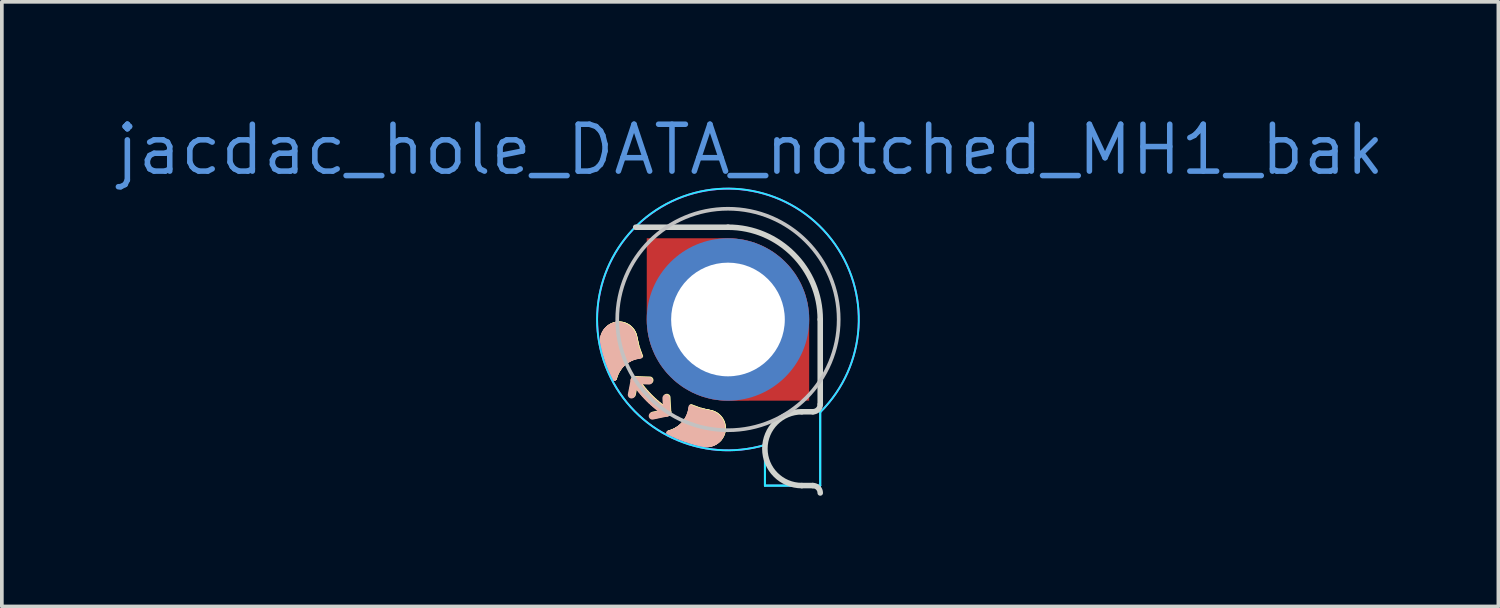
<source format=kicad_pcb>
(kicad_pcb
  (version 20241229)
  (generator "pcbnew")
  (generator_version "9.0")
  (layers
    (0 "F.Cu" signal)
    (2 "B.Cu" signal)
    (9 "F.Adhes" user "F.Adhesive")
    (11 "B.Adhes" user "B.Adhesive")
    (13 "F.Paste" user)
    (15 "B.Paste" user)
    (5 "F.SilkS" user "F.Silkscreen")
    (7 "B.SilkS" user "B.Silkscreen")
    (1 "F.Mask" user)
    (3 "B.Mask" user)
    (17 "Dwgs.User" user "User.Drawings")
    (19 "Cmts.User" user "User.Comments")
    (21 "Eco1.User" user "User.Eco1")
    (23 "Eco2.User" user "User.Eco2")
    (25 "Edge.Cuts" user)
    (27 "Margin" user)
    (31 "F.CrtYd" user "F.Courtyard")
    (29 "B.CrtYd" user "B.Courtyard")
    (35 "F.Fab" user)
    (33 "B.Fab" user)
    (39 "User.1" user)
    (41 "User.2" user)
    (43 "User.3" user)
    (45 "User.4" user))
  (footprint "jacdac_hole_DATA_notched_MH1_bak"
    (layer "F.Cu")
    (at 16.673 5.606)
    (property "Reference" "jacdac_hole_DATA_notched_MH1_bak" (at 0.6 -4.6 0) (layer "Cmts.User") (effects (font (size 1.27 1.27) (thickness 0.15))))
    (attr through_hole)
    (fp_poly (pts (arc (start 2.5 0) (mid 1.767767 -1.767767) (end 0 -2.5)) (xy -2.5 -2.5) (arc (start -2.5 0) (mid -1.767767 1.767767) (end 0 2.5)) (xy 2.5 2.5)) (stroke (width 0) (type solid)) (fill yes) (layer "F.Mask"))
    (fp_circle (center 0 0) (end 2.5 0) (stroke (width 0) (type solid)) (fill yes) (layer "B.Mask"))
    (fp_line (start -3.399 0.554) (end -3.399 0.576) (stroke (width 0.1) (type solid)) (layer "F.SilkS"))
    (fp_line (start -3.399 0.532) (end -3.399 0.554) (stroke (width 0.1) (type solid)) (layer "F.SilkS"))
    (fp_line (start -3.399 0.576) (end -3.397 0.599) (stroke (width 0.1) (type solid)) (layer "F.SilkS"))
    (fp_line (start -3.397 0.51) (end -3.399 0.532) (stroke (width 0.1) (type solid)) (layer "F.SilkS"))
    (fp_line (start -3.397 0.599) (end -3.394 0.622) (stroke (width 0.1) (type solid)) (layer "F.SilkS"))
    (fp_line (start -3.394 0.488) (end -3.397 0.51) (stroke (width 0.1) (type solid)) (layer "F.SilkS"))
    (fp_line (start -3.394 0.622) (end -3.368 0.749) (stroke (width 0.1) (type solid)) (layer "F.SilkS"))
    (fp_line (start -3.394 0.622) (end -3.39 0.644) (stroke (width 0.1) (type solid)) (layer "F.SilkS"))
    (fp_line (start -3.391 0.466) (end -3.394 0.488) (stroke (width 0.1) (type solid)) (layer "F.SilkS"))
    (fp_line (start -3.386 0.445) (end -3.391 0.466) (stroke (width 0.1) (type solid)) (layer "F.SilkS"))
    (fp_line (start -3.38 0.424) (end -3.386 0.445) (stroke (width 0.1) (type solid)) (layer "F.SilkS"))
    (fp_line (start -3.373 0.404) (end -3.38 0.424) (stroke (width 0.1) (type solid)) (layer "F.SilkS"))
    (fp_line (start -3.368 0.749) (end -3.338 0.875) (stroke (width 0.1) (type solid)) (layer "F.SilkS"))
    (fp_line (start -3.366 0.383) (end -3.373 0.404) (stroke (width 0.1) (type solid)) (layer "F.SilkS"))
    (fp_line (start -3.357 0.364) (end -3.366 0.383) (stroke (width 0.1) (type solid)) (layer "F.SilkS"))
    (fp_line (start -3.348 0.344) (end -3.357 0.364) (stroke (width 0.1) (type solid)) (layer "F.SilkS"))
    (fp_line (start -3.338 0.875) (end -3.302 0.999) (stroke (width 0.1) (type solid)) (layer "F.SilkS"))
    (fp_line (start -3.337 0.326) (end -3.348 0.344) (stroke (width 0.1) (type solid)) (layer "F.SilkS"))
    (fp_line (start -3.326 0.307) (end -3.337 0.326) (stroke (width 0.1) (type solid)) (layer "F.SilkS"))
    (fp_line (start -3.314 0.29) (end -3.326 0.307) (stroke (width 0.1) (type solid)) (layer "F.SilkS"))
    (fp_line (start -3.302 0.999) (end -3.263 1.122) (stroke (width 0.1) (type solid)) (layer "F.SilkS"))
    (fp_line (start -3.3 0.272) (end -3.314 0.29) (stroke (width 0.1) (type solid)) (layer "F.SilkS"))
    (fp_line (start -3.287 0.256) (end -3.3 0.272) (stroke (width 0.1) (type solid)) (layer "F.SilkS"))
    (fp_line (start -3.272 0.24) (end -3.287 0.256) (stroke (width 0.1) (type solid)) (layer "F.SilkS"))
    (fp_line (start -3.263 1.122) (end -3.218 1.244) (stroke (width 0.1) (type solid)) (layer "F.SilkS"))
    (fp_line (start -3.257 0.225) (end -3.272 0.24) (stroke (width 0.1) (type solid)) (layer "F.SilkS"))
    (fp_line (start -3.24 0.211) (end -3.257 0.225) (stroke (width 0.1) (type solid)) (layer "F.SilkS"))
    (fp_line (start -3.224 0.197) (end -3.24 0.211) (stroke (width 0.1) (type solid)) (layer "F.SilkS"))
    (fp_line (start -3.218 1.244) (end -3.169 1.363) (stroke (width 0.1) (type solid)) (layer "F.SilkS"))
    (fp_line (start -3.206 0.184) (end -3.224 0.197) (stroke (width 0.1) (type solid)) (layer "F.SilkS"))
    (fp_line (start -3.188 0.172) (end -3.206 0.184) (stroke (width 0.1) (type solid)) (layer "F.SilkS"))
    (fp_line (start -3.169 1.363) (end -3.116 1.481) (stroke (width 0.1) (type solid)) (layer "F.SilkS"))
    (fp_line (start -3.169 0.161) (end -3.188 0.172) (stroke (width 0.1) (type solid)) (layer "F.SilkS"))
    (fp_line (start -3.149 0.15) (end -3.169 0.161) (stroke (width 0.1) (type solid)) (layer "F.SilkS"))
    (fp_line (start -3.129 0.141) (end -3.149 0.15) (stroke (width 0.1) (type solid)) (layer "F.SilkS"))
    (fp_line (start -3.116 1.481) (end -3.058 1.597) (stroke (width 0.1) (type solid)) (layer "F.SilkS"))
    (fp_line (start -3.108 0.133) (end -3.129 0.141) (stroke (width 0.1) (type solid)) (layer "F.SilkS"))
    (fp_line (start -3.087 0.125) (end -3.108 0.133) (stroke (width 0.1) (type solid)) (layer "F.SilkS"))
    (fp_line (start -3.069 1.236) (end -3.069 1.261) (stroke (width 0.33) (type solid)) (layer "F.SilkS"))
    (fp_line (start -3.069 1.261) (end -3.066 1.286) (stroke (width 0.33) (type solid)) (layer "F.SilkS"))
    (fp_line (start -3.069 1.211) (end -3.069 1.236) (stroke (width 0.33) (type solid)) (layer "F.SilkS"))
    (fp_line (start -3.066 1.286) (end -3.062 1.311) (stroke (width 0.33) (type solid)) (layer "F.SilkS"))
    (fp_line (start -3.066 1.186) (end -3.069 1.211) (stroke (width 0.33) (type solid)) (layer "F.SilkS"))
    (fp_line (start -3.065 0.119) (end -3.087 0.125) (stroke (width 0.1) (type solid)) (layer "F.SilkS"))
    (fp_line (start -3.062 1.161) (end -3.066 1.186) (stroke (width 0.33) (type solid)) (layer "F.SilkS"))
    (fp_line (start -3.058 1.597) (end -3.058 1.597) (stroke (width 0.1) (type solid)) (layer "F.SilkS"))
    (fp_line (start -3.058 1.597) (end -3.049 1.566) (stroke (width 0.1) (type solid)) (layer "F.SilkS"))
    (fp_line (start -3.056 1.137) (end -3.062 1.161) (stroke (width 0.33) (type solid)) (layer "F.SilkS"))
    (fp_line (start -3.049 1.566) (end -3.04 1.536) (stroke (width 0.1) (type solid)) (layer "F.SilkS"))
    (fp_line (start -3.048 1.114) (end -3.056 1.137) (stroke (width 0.33) (type solid)) (layer "F.SilkS"))
    (fp_line (start -3.043 0.113) (end -3.065 0.119) (stroke (width 0.1) (type solid)) (layer "F.SilkS"))
    (fp_line (start -3.043 0.113) (end -3.043 0.113) (stroke (width 0.1) (type solid)) (layer "F.SilkS"))
    (fp_line (start -3.04 1.536) (end -3.029 1.506) (stroke (width 0.1) (type solid)) (layer "F.SilkS"))
    (fp_line (start -3.039 1.09) (end -3.048 1.114) (stroke (width 0.33) (type solid)) (layer "F.SilkS"))
    (fp_line (start -3.029 1.506) (end -3.017 1.477) (stroke (width 0.1) (type solid)) (layer "F.SilkS"))
    (fp_line (start -3.029 1.068) (end -3.039 1.09) (stroke (width 0.33) (type solid)) (layer "F.SilkS"))
    (fp_line (start -3.02 0.109) (end -3.043 0.113) (stroke (width 0.1) (type solid)) (layer "F.SilkS"))
    (fp_line (start -3.017 1.477) (end -3.005 1.448) (stroke (width 0.1) (type solid)) (layer "F.SilkS"))
    (fp_line (start -3.017 1.046) (end -3.029 1.068) (stroke (width 0.33) (type solid)) (layer "F.SilkS"))
    (fp_line (start -3.005 1.448) (end -2.991 1.42) (stroke (width 0.1) (type solid)) (layer "F.SilkS"))
    (fp_line (start -3.003 1.025) (end -3.017 1.046) (stroke (width 0.33) (type solid)) (layer "F.SilkS"))
    (fp_line (start -2.997 0.106) (end -3.02 0.109) (stroke (width 0.1) (type solid)) (layer "F.SilkS"))
    (fp_line (start -2.991 1.42) (end -2.976 1.393) (stroke (width 0.1) (type solid)) (layer "F.SilkS"))
    (fp_line (start -2.988 1.005) (end -3.003 1.025) (stroke (width 0.33) (type solid)) (layer "F.SilkS"))
    (fp_line (start -2.976 1.393) (end -2.96 1.367) (stroke (width 0.1) (type solid)) (layer "F.SilkS"))
    (fp_line (start -2.975 0.104) (end -2.997 0.106) (stroke (width 0.1) (type solid)) (layer "F.SilkS"))
    (fp_line (start -2.971 0.986) (end -2.988 1.005) (stroke (width 0.33) (type solid)) (layer "F.SilkS"))
    (fp_line (start -2.96 1.367) (end -2.943 1.341) (stroke (width 0.1) (type solid)) (layer "F.SilkS"))
    (fp_line (start -2.954 0.968) (end -2.971 0.986) (stroke (width 0.33) (type solid)) (layer "F.SilkS"))
    (fp_line (start -2.952 0.104) (end -2.975 0.104) (stroke (width 0.1) (type solid)) (layer "F.SilkS"))
    (fp_line (start -2.947 0.566) (end -2.94 0.603) (stroke (width 1) (type solid)) (layer "F.SilkS"))
    (fp_line (start -2.943 1.341) (end -2.925 1.316) (stroke (width 0.1) (type solid)) (layer "F.SilkS"))
    (fp_line (start -2.94 0.603) (end -2.932 0.639) (stroke (width 1) (type solid)) (layer "F.SilkS"))
    (fp_line (start -2.934 0.951) (end -2.954 0.968) (stroke (width 0.33) (type solid)) (layer "F.SilkS"))
    (fp_line (start -2.934 0.951) (end -2.934 0.951) (stroke (width 0.33) (type solid)) (layer "F.SilkS"))
    (fp_line (start -2.932 0.639) (end -2.924 0.675) (stroke (width 1) (type solid)) (layer "F.SilkS"))
    (fp_line (start -2.93 0.104) (end -2.952 0.104) (stroke (width 0.1) (type solid)) (layer "F.SilkS"))
    (fp_line (start -2.925 1.316) (end -2.907 1.291) (stroke (width 0.1) (type solid)) (layer "F.SilkS"))
    (fp_line (start -2.924 0.675) (end -2.915 0.711) (stroke (width 1) (type solid)) (layer "F.SilkS"))
    (fp_line (start -2.914 0.936) (end -2.934 0.951) (stroke (width 0.33) (type solid)) (layer "F.SilkS"))
    (fp_line (start -2.908 0.105) (end -2.93 0.104) (stroke (width 0.1) (type solid)) (layer "F.SilkS"))
    (fp_line (start -2.907 1.291) (end -2.887 1.268) (stroke (width 0.1) (type solid)) (layer "F.SilkS"))
    (fp_line (start -2.893 0.922) (end -2.914 0.936) (stroke (width 0.33) (type solid)) (layer "F.SilkS"))
    (fp_line (start -2.887 1.268) (end -2.866 1.245) (stroke (width 0.1) (type solid)) (layer "F.SilkS"))
    (fp_line (start -2.886 0.108) (end -2.908 0.105) (stroke (width 0.1) (type solid)) (layer "F.SilkS"))
    (fp_line (start -2.871 0.909) (end -2.893 0.922) (stroke (width 0.33) (type solid)) (layer "F.SilkS"))
    (fp_line (start -2.866 1.245) (end -2.845 1.223) (stroke (width 0.1) (type solid)) (layer "F.SilkS"))
    (fp_line (start -2.865 0.111) (end -2.886 0.108) (stroke (width 0.1) (type solid)) (layer "F.SilkS"))
    (fp_line (start -2.848 0.898) (end -2.871 0.909) (stroke (width 0.33) (type solid)) (layer "F.SilkS"))
    (fp_line (start -2.845 1.223) (end -2.823 1.202) (stroke (width 0.1) (type solid)) (layer "F.SilkS"))
    (fp_line (start -2.843 0.116) (end -2.865 0.111) (stroke (width 0.1) (type solid)) (layer "F.SilkS"))
    (fp_line (start -2.825 0.889) (end -2.848 0.898) (stroke (width 0.33) (type solid)) (layer "F.SilkS"))
    (fp_line (start -2.823 1.202) (end -2.8 1.181) (stroke (width 0.1) (type solid)) (layer "F.SilkS"))
    (fp_line (start -2.822 0.122) (end -2.843 0.116) (stroke (width 0.1) (type solid)) (layer "F.SilkS"))
    (fp_line (start -2.802 0.128) (end -2.822 0.122) (stroke (width 0.1) (type solid)) (layer "F.SilkS"))
    (fp_line (start -2.802 0.881) (end -2.825 0.889) (stroke (width 0.33) (type solid)) (layer "F.SilkS"))
    (fp_line (start -2.8 1.181) (end -2.776 1.162) (stroke (width 0.1) (type solid)) (layer "F.SilkS"))
    (fp_line (start -2.782 0.136) (end -2.802 0.128) (stroke (width 0.1) (type solid)) (layer "F.SilkS"))
    (fp_line (start -2.777 0.875) (end -2.802 0.881) (stroke (width 0.33) (type solid)) (layer "F.SilkS"))
    (fp_line (start -2.776 1.162) (end -2.752 1.144) (stroke (width 0.1) (type solid)) (layer "F.SilkS"))
    (fp_line (start -2.762 0.144) (end -2.782 0.136) (stroke (width 0.1) (type solid)) (layer "F.SilkS"))
    (fp_line (start -2.753 0.871) (end -2.777 0.875) (stroke (width 0.33) (type solid)) (layer "F.SilkS"))
    (fp_line (start -2.752 1.144) (end -2.727 1.126) (stroke (width 0.1) (type solid)) (layer "F.SilkS"))
    (fp_line (start -2.742 0.154) (end -2.762 0.144) (stroke (width 0.1) (type solid)) (layer "F.SilkS"))
    (fp_line (start -2.728 0.868) (end -2.753 0.871) (stroke (width 0.33) (type solid)) (layer "F.SilkS"))
    (fp_line (start -2.727 1.126) (end -2.701 1.109) (stroke (width 0.1) (type solid)) (layer "F.SilkS"))
    (fp_line (start -2.724 0.164) (end -2.742 0.154) (stroke (width 0.1) (type solid)) (layer "F.SilkS"))
    (fp_line (start -2.705 0.175) (end -2.724 0.164) (stroke (width 0.1) (type solid)) (layer "F.SilkS"))
    (fp_line (start -2.704 0.867) (end -2.728 0.868) (stroke (width 0.33) (type solid)) (layer "F.SilkS"))
    (fp_line (start -2.701 1.109) (end -2.675 1.094) (stroke (width 0.1) (type solid)) (layer "F.SilkS"))
    (fp_line (start -2.687 0.187) (end -2.705 0.175) (stroke (width 0.1) (type solid)) (layer "F.SilkS"))
    (fp_line (start -2.679 0.868) (end -2.704 0.867) (stroke (width 0.33) (type solid)) (layer "F.SilkS"))
    (fp_line (start -2.675 1.094) (end -2.648 1.079) (stroke (width 0.1) (type solid)) (layer "F.SilkS"))
    (fp_line (start -2.67 0.2) (end -2.687 0.187) (stroke (width 0.1) (type solid)) (layer "F.SilkS"))
    (fp_line (start -2.654 0.87) (end -2.679 0.868) (stroke (width 0.33) (type solid)) (layer "F.SilkS"))
    (fp_line (start -2.654 0.214) (end -2.67 0.2) (stroke (width 0.1) (type solid)) (layer "F.SilkS"))
    (fp_line (start -2.648 1.079) (end -2.62 1.066) (stroke (width 0.1) (type solid)) (layer "F.SilkS"))
    (fp_line (start -2.638 0.229) (end -2.654 0.214) (stroke (width 0.1) (type solid)) (layer "F.SilkS"))
    (fp_line (start -2.629 0.874) (end -2.654 0.87) (stroke (width 0.33) (type solid)) (layer "F.SilkS"))
    (fp_line (start -2.622 0.244) (end -2.638 0.229) (stroke (width 0.1) (type solid)) (layer "F.SilkS"))
    (fp_line (start -2.62 1.066) (end -2.592 1.053) (stroke (width 0.1) (type solid)) (layer "F.SilkS"))
    (fp_line (start -2.608 0.26) (end -2.622 0.244) (stroke (width 0.1) (type solid)) (layer "F.SilkS"))
    (fp_line (start -2.605 0.879) (end -2.629 0.874) (stroke (width 0.33) (type solid)) (layer "F.SilkS"))
    (fp_line (start -2.594 0.277) (end -2.608 0.26) (stroke (width 0.1) (type solid)) (layer "F.SilkS"))
    (fp_line (start -2.594 2.023) (end -2.518 1.63) (stroke (width 0.2) (type solid)) (layer "F.SilkS"))
    (fp_line (start -2.592 1.053) (end -2.563 1.042) (stroke (width 0.1) (type solid)) (layer "F.SilkS"))
    (fp_line (start -2.581 0.294) (end -2.594 0.277) (stroke (width 0.1) (type solid)) (layer "F.SilkS"))
    (fp_line (start -2.58 0.887) (end -2.605 0.879) (stroke (width 0.33) (type solid)) (layer "F.SilkS"))
    (fp_line (start -2.569 0.312) (end -2.581 0.294) (stroke (width 0.1) (type solid)) (layer "F.SilkS"))
    (fp_line (start -2.563 1.042) (end -2.534 1.031) (stroke (width 0.1) (type solid)) (layer "F.SilkS"))
    (fp_line (start -2.558 0.331) (end -2.569 0.312) (stroke (width 0.1) (type solid)) (layer "F.SilkS"))
    (fp_line (start -2.556 0.896) (end -2.58 0.887) (stroke (width 0.33) (type solid)) (layer "F.SilkS"))
    (fp_line (start -2.547 0.351) (end -2.558 0.331) (stroke (width 0.1) (type solid)) (layer "F.SilkS"))
    (fp_line (start -2.538 0.371) (end -2.547 0.351) (stroke (width 0.1) (type solid)) (layer "F.SilkS"))
    (fp_line (start -2.534 1.031) (end -2.504 1.022) (stroke (width 0.1) (type solid)) (layer "F.SilkS"))
    (fp_line (start -2.529 0.392) (end -2.538 0.371) (stroke (width 0.1) (type solid)) (layer "F.SilkS"))
    (fp_line (start -2.522 0.413) (end -2.529 0.392) (stroke (width 0.1) (type solid)) (layer "F.SilkS"))
    (fp_line (start -2.518 1.63) (end -2.474 1.696) (stroke (width 0.2) (type solid)) (layer "F.SilkS"))
    (fp_line (start -2.518 1.63) (end -2.118 1.644) (stroke (width 0.2) (type solid)) (layer "F.SilkS"))
    (fp_line (start -2.515 0.435) (end -2.522 0.413) (stroke (width 0.1) (type solid)) (layer "F.SilkS"))
    (fp_line (start -2.51 0.457) (end -2.515 0.435) (stroke (width 0.1) (type solid)) (layer "F.SilkS"))
    (fp_line (start -2.51 0.457) (end -2.497 0.523) (stroke (width 0.1) (type solid)) (layer "F.SilkS"))
    (fp_line (start -2.504 1.022) (end -2.474 1.014) (stroke (width 0.1) (type solid)) (layer "F.SilkS"))
    (fp_line (start -2.497 0.523) (end -2.482 0.588) (stroke (width 0.1) (type solid)) (layer "F.SilkS"))
    (fp_line (start -2.482 0.588) (end -2.466 0.653) (stroke (width 0.1) (type solid)) (layer "F.SilkS"))
    (fp_line (start -2.474 1.696) (end -2.428 1.76) (stroke (width 0.2) (type solid)) (layer "F.SilkS"))
    (fp_line (start -2.474 1.014) (end -2.443 1.007) (stroke (width 0.1) (type solid)) (layer "F.SilkS"))
    (fp_line (start -2.466 0.653) (end -2.448 0.717) (stroke (width 0.1) (type solid)) (layer "F.SilkS"))
    (fp_line (start -2.448 0.717) (end -2.428 0.781) (stroke (width 0.1) (type solid)) (layer "F.SilkS"))
    (fp_line (start -2.443 1.007) (end -2.412 1.001) (stroke (width 0.1) (type solid)) (layer "F.SilkS"))
    (fp_line (start -2.428 1.76) (end -2.381 1.823) (stroke (width 0.2) (type solid)) (layer "F.SilkS"))
    (fp_line (start -2.428 0.781) (end -2.406 0.844) (stroke (width 0.1) (type solid)) (layer "F.SilkS"))
    (fp_line (start -2.412 1.001) (end -2.38 0.997) (stroke (width 0.1) (type solid)) (layer "F.SilkS"))
    (fp_line (start -2.406 0.844) (end -2.383 0.907) (stroke (width 0.1) (type solid)) (layer "F.SilkS"))
    (fp_line (start -2.383 0.907) (end -2.359 0.969) (stroke (width 0.1) (type solid)) (layer "F.SilkS"))
    (fp_line (start -2.381 1.823) (end -2.333 1.885) (stroke (width 0.2) (type solid)) (layer "F.SilkS"))
    (fp_line (start -2.38 0.997) (end -2.349 0.993) (stroke (width 0.1) (type solid)) (layer "F.SilkS"))
    (fp_line (start -2.333 1.885) (end -2.283 1.945) (stroke (width 0.2) (type solid)) (layer "F.SilkS"))
    (fp_line (start -2.283 1.945) (end -2.231 2.004) (stroke (width 0.2) (type solid)) (layer "F.SilkS"))
    (fp_line (start -2.231 2.004) (end -2.178 2.061) (stroke (width 0.2) (type solid)) (layer "F.SilkS"))
    (fp_line (start -2.178 2.061) (end -2.123 2.118) (stroke (width 0.2) (type solid)) (layer "F.SilkS"))
    (fp_line (start -2.123 2.118) (end -2.067 2.172) (stroke (width 0.2) (type solid)) (layer "F.SilkS"))
    (fp_line (start -2.067 2.172) (end -2.009 2.226) (stroke (width 0.2) (type solid)) (layer "F.SilkS"))
    (fp_line (start -2.009 2.226) (end -1.95 2.277) (stroke (width 0.2) (type solid)) (layer "F.SilkS"))
    (fp_line (start -1.95 2.277) (end -1.89 2.327) (stroke (width 0.2) (type solid)) (layer "F.SilkS"))
    (fp_line (start -1.89 2.327) (end -1.828 2.376) (stroke (width 0.2) (type solid)) (layer "F.SilkS"))
    (fp_line (start -1.828 2.376) (end -1.765 2.423) (stroke (width 0.2) (type solid)) (layer "F.SilkS"))
    (fp_line (start -1.765 2.423) (end -1.701 2.469) (stroke (width 0.2) (type solid)) (layer "F.SilkS"))
    (fp_line (start -1.701 2.469) (end -1.635 2.512) (stroke (width 0.2) (type solid)) (layer "F.SilkS"))
    (fp_line (start -1.635 2.512) (end -2.027 2.596) (stroke (width 0.2) (type solid)) (layer "F.SilkS"))
    (fp_line (start -1.635 2.512) (end -1.656 2.113) (stroke (width 0.2) (type solid)) (layer "F.SilkS"))
    (fp_line (start -1.602 3.053) (end -1.571 3.044) (stroke (width 0.1) (type solid)) (layer "F.SilkS"))
    (fp_line (start -1.602 3.053) (end -1.486 3.11) (stroke (width 0.1) (type solid)) (layer "F.SilkS"))
    (fp_line (start -1.571 3.044) (end -1.541 3.035) (stroke (width 0.1) (type solid)) (layer "F.SilkS"))
    (fp_line (start -1.541 3.035) (end -1.511 3.024) (stroke (width 0.1) (type solid)) (layer "F.SilkS"))
    (fp_line (start -1.511 3.024) (end -1.482 3.012) (stroke (width 0.1) (type solid)) (layer "F.SilkS"))
    (fp_line (start -1.486 3.11) (end -1.369 3.164) (stroke (width 0.1) (type solid)) (layer "F.SilkS"))
    (fp_line (start -1.482 3.012) (end -1.454 2.999) (stroke (width 0.1) (type solid)) (layer "F.SilkS"))
    (fp_line (start -1.454 2.999) (end -1.426 2.986) (stroke (width 0.1) (type solid)) (layer "F.SilkS"))
    (fp_line (start -1.426 2.986) (end -1.398 2.971) (stroke (width 0.1) (type solid)) (layer "F.SilkS"))
    (fp_line (start -1.398 2.971) (end -1.372 2.955) (stroke (width 0.1) (type solid)) (layer "F.SilkS"))
    (fp_line (start -1.372 2.955) (end -1.346 2.938) (stroke (width 0.1) (type solid)) (layer "F.SilkS"))
    (fp_line (start -1.369 3.164) (end -1.249 3.213) (stroke (width 0.1) (type solid)) (layer "F.SilkS"))
    (fp_line (start -1.346 2.938) (end -1.321 2.92) (stroke (width 0.1) (type solid)) (layer "F.SilkS"))
    (fp_line (start -1.321 2.92) (end -1.296 2.901) (stroke (width 0.1) (type solid)) (layer "F.SilkS"))
    (fp_line (start -1.317 3.057) (end -1.291 3.061) (stroke (width 0.33) (type solid)) (layer "F.SilkS"))
    (fp_line (start -1.296 2.901) (end -1.273 2.882) (stroke (width 0.1) (type solid)) (layer "F.SilkS"))
    (fp_line (start -1.291 3.061) (end -1.266 3.064) (stroke (width 0.33) (type solid)) (layer "F.SilkS"))
    (fp_line (start -1.273 2.882) (end -1.25 2.861) (stroke (width 0.1) (type solid)) (layer "F.SilkS"))
    (fp_line (start -1.266 3.064) (end -1.241 3.064) (stroke (width 0.33) (type solid)) (layer "F.SilkS"))
    (fp_line (start -1.25 2.861) (end -1.228 2.84) (stroke (width 0.1) (type solid)) (layer "F.SilkS"))
    (fp_line (start -1.249 3.213) (end -1.128 3.257) (stroke (width 0.1) (type solid)) (layer "F.SilkS"))
    (fp_line (start -1.241 3.064) (end -1.216 3.063) (stroke (width 0.33) (type solid)) (layer "F.SilkS"))
    (fp_line (start -1.228 2.84) (end -1.207 2.818) (stroke (width 0.1) (type solid)) (layer "F.SilkS"))
    (fp_line (start -1.216 3.063) (end -1.191 3.061) (stroke (width 0.33) (type solid)) (layer "F.SilkS"))
    (fp_line (start -1.207 2.818) (end -1.187 2.795) (stroke (width 0.1) (type solid)) (layer "F.SilkS"))
    (fp_line (start -1.191 3.061) (end -1.167 3.056) (stroke (width 0.33) (type solid)) (layer "F.SilkS"))
    (fp_line (start -1.187 2.795) (end -1.167 2.771) (stroke (width 0.1) (type solid)) (layer "F.SilkS"))
    (fp_line (start -1.167 2.771) (end -1.149 2.747) (stroke (width 0.1) (type solid)) (layer "F.SilkS"))
    (fp_line (start -1.167 3.056) (end -1.142 3.051) (stroke (width 0.33) (type solid)) (layer "F.SilkS"))
    (fp_line (start -1.149 2.747) (end -1.131 2.722) (stroke (width 0.1) (type solid)) (layer "F.SilkS"))
    (fp_line (start -1.142 3.051) (end -1.119 3.043) (stroke (width 0.33) (type solid)) (layer "F.SilkS"))
    (fp_line (start -1.131 2.722) (end -1.115 2.696) (stroke (width 0.1) (type solid)) (layer "F.SilkS"))
    (fp_line (start -1.128 3.257) (end -1.005 3.297) (stroke (width 0.1) (type solid)) (layer "F.SilkS"))
    (fp_line (start -1.119 3.043) (end -1.096 3.034) (stroke (width 0.33) (type solid)) (layer "F.SilkS"))
    (fp_line (start -1.115 2.696) (end -1.099 2.669) (stroke (width 0.1) (type solid)) (layer "F.SilkS"))
    (fp_line (start -1.099 2.669) (end -1.084 2.642) (stroke (width 0.1) (type solid)) (layer "F.SilkS"))
    (fp_line (start -1.096 3.034) (end -1.073 3.023) (stroke (width 0.33) (type solid)) (layer "F.SilkS"))
    (fp_line (start -1.084 2.642) (end -1.071 2.615) (stroke (width 0.1) (type solid)) (layer "F.SilkS"))
    (fp_line (start -1.073 3.023) (end -1.051 3.011) (stroke (width 0.33) (type solid)) (layer "F.SilkS"))
    (fp_line (start -1.071 2.615) (end -1.058 2.586) (stroke (width 0.1) (type solid)) (layer "F.SilkS"))
    (fp_line (start -1.058 2.586) (end -1.047 2.558) (stroke (width 0.1) (type solid)) (layer "F.SilkS"))
    (fp_line (start -1.051 3.011) (end -1.031 2.998) (stroke (width 0.33) (type solid)) (layer "F.SilkS"))
    (fp_line (start -1.047 2.558) (end -1.037 2.528) (stroke (width 0.1) (type solid)) (layer "F.SilkS"))
    (fp_line (start -1.037 2.528) (end -1.027 2.499) (stroke (width 0.1) (type solid)) (layer "F.SilkS"))
    (fp_line (start -1.031 2.998) (end -1.01 2.983) (stroke (width 0.33) (type solid)) (layer "F.SilkS"))
    (fp_line (start -1.027 2.499) (end -1.019 2.468) (stroke (width 0.1) (type solid)) (layer "F.SilkS"))
    (fp_line (start -1.019 2.468) (end -1.012 2.438) (stroke (width 0.1) (type solid)) (layer "F.SilkS"))
    (fp_line (start -1.012 2.438) (end -1.006 2.407) (stroke (width 0.1) (type solid)) (layer "F.SilkS"))
    (fp_line (start -1.01 2.983) (end -0.991 2.966) (stroke (width 0.33) (type solid)) (layer "F.SilkS"))
    (fp_line (start -1.006 2.407) (end -1.002 2.375) (stroke (width 0.1) (type solid)) (layer "F.SilkS"))
    (fp_line (start -1.005 3.297) (end -0.88 3.333) (stroke (width 0.1) (type solid)) (layer "F.SilkS"))
    (fp_line (start -1.002 2.375) (end -0.999 2.343) (stroke (width 0.1) (type solid)) (layer "F.SilkS"))
    (fp_line (start -0.991 2.966) (end -0.973 2.948) (stroke (width 0.33) (type solid)) (layer "F.SilkS"))
    (fp_line (start -0.974 2.353) (end -0.912 2.378) (stroke (width 0.1) (type solid)) (layer "F.SilkS"))
    (fp_line (start -0.973 2.948) (end -0.956 2.929) (stroke (width 0.33) (type solid)) (layer "F.SilkS"))
    (fp_line (start -0.956 2.929) (end -0.956 2.929) (stroke (width 0.33) (type solid)) (layer "F.SilkS"))
    (fp_line (start -0.956 2.929) (end -0.941 2.909) (stroke (width 0.33) (type solid)) (layer "F.SilkS"))
    (fp_line (start -0.941 2.909) (end -0.927 2.888) (stroke (width 0.33) (type solid)) (layer "F.SilkS"))
    (fp_line (start -0.927 2.888) (end -0.914 2.866) (stroke (width 0.33) (type solid)) (layer "F.SilkS"))
    (fp_line (start -0.914 2.866) (end -0.903 2.843) (stroke (width 0.33) (type solid)) (layer "F.SilkS"))
    (fp_line (start -0.912 2.378) (end -0.849 2.401) (stroke (width 0.1) (type solid)) (layer "F.SilkS"))
    (fp_line (start -0.903 2.843) (end -0.894 2.82) (stroke (width 0.33) (type solid)) (layer "F.SilkS"))
    (fp_line (start -0.894 2.82) (end -0.887 2.796) (stroke (width 0.33) (type solid)) (layer "F.SilkS"))
    (fp_line (start -0.892 2.575) (end -0.901 2.551) (stroke (width 0.33) (type solid)) (layer "F.SilkS"))
    (fp_line (start -0.887 2.796) (end -0.881 2.772) (stroke (width 0.33) (type solid)) (layer "F.SilkS"))
    (fp_line (start -0.885 2.599) (end -0.892 2.575) (stroke (width 0.33) (type solid)) (layer "F.SilkS"))
    (fp_line (start -0.881 2.772) (end -0.876 2.748) (stroke (width 0.33) (type solid)) (layer "F.SilkS"))
    (fp_line (start -0.88 3.333) (end -0.754 3.363) (stroke (width 0.1) (type solid)) (layer "F.SilkS"))
    (fp_line (start -0.879 2.624) (end -0.885 2.599) (stroke (width 0.33) (type solid)) (layer "F.SilkS"))
    (fp_line (start -0.876 2.748) (end -0.873 2.723) (stroke (width 0.33) (type solid)) (layer "F.SilkS"))
    (fp_line (start -0.875 2.649) (end -0.879 2.624) (stroke (width 0.33) (type solid)) (layer "F.SilkS"))
    (fp_line (start -0.873 2.723) (end -0.872 2.698) (stroke (width 0.33) (type solid)) (layer "F.SilkS"))
    (fp_line (start -0.873 2.674) (end -0.875 2.649) (stroke (width 0.33) (type solid)) (layer "F.SilkS"))
    (fp_line (start -0.872 2.698) (end -0.873 2.674) (stroke (width 0.33) (type solid)) (layer "F.SilkS"))
    (fp_line (start -0.849 2.401) (end -0.786 2.423) (stroke (width 0.1) (type solid)) (layer "F.SilkS"))
    (fp_line (start -0.786 2.423) (end -0.722 2.442) (stroke (width 0.1) (type solid)) (layer "F.SilkS"))
    (fp_line (start -0.754 3.363) (end -0.628 3.389) (stroke (width 0.1) (type solid)) (layer "F.SilkS"))
    (fp_line (start -0.722 2.442) (end -0.658 2.46) (stroke (width 0.1) (type solid)) (layer "F.SilkS"))
    (fp_line (start -0.716 2.91) (end -0.68 2.919) (stroke (width 1) (type solid)) (layer "F.SilkS"))
    (fp_line (start -0.68 2.919) (end -0.644 2.927) (stroke (width 1) (type solid)) (layer "F.SilkS"))
    (fp_line (start -0.658 2.46) (end -0.593 2.477) (stroke (width 0.1) (type solid)) (layer "F.SilkS"))
    (fp_line (start -0.644 2.927) (end -0.608 2.934) (stroke (width 1) (type solid)) (layer "F.SilkS"))
    (fp_line (start -0.62 3.39) (end -0.649 3.385) (stroke (width 0.1) (type solid)) (layer "F.SilkS"))
    (fp_line (start -0.608 2.934) (end -0.571 2.942) (stroke (width 1) (type solid)) (layer "F.SilkS"))
    (fp_line (start -0.593 2.477) (end -0.528 2.491) (stroke (width 0.1) (type solid)) (layer "F.SilkS"))
    (fp_line (start -0.59 3.393) (end -0.62 3.39) (stroke (width 0.1) (type solid)) (layer "F.SilkS"))
    (fp_line (start -0.561 3.395) (end -0.59 3.393) (stroke (width 0.1) (type solid)) (layer "F.SilkS"))
    (fp_line (start -0.531 3.394) (end -0.561 3.395) (stroke (width 0.1) (type solid)) (layer "F.SilkS"))
    (fp_line (start -0.528 2.491) (end -0.462 2.504) (stroke (width 0.1) (type solid)) (layer "F.SilkS"))
    (fp_line (start -0.502 3.391) (end -0.531 3.394) (stroke (width 0.1) (type solid)) (layer "F.SilkS"))
    (fp_line (start -0.473 3.387) (end -0.502 3.391) (stroke (width 0.1) (type solid)) (layer "F.SilkS"))
    (fp_line (start -0.462 2.504) (end -0.462 2.504) (stroke (width 0.1) (type solid)) (layer "F.SilkS"))
    (fp_line (start -0.462 2.504) (end -0.433 2.512) (stroke (width 0.1) (type solid)) (layer "F.SilkS"))
    (fp_line (start -0.445 3.381) (end -0.473 3.387) (stroke (width 0.1) (type solid)) (layer "F.SilkS"))
    (fp_line (start -0.433 2.512) (end -0.405 2.521) (stroke (width 0.1) (type solid)) (layer "F.SilkS"))
    (fp_line (start -0.417 3.373) (end -0.445 3.381) (stroke (width 0.1) (type solid)) (layer "F.SilkS"))
    (fp_line (start -0.405 2.521) (end -0.377 2.531) (stroke (width 0.1) (type solid)) (layer "F.SilkS"))
    (fp_line (start -0.389 3.363) (end -0.417 3.373) (stroke (width 0.1) (type solid)) (layer "F.SilkS"))
    (fp_line (start -0.377 2.531) (end -0.351 2.544) (stroke (width 0.1) (type solid)) (layer "F.SilkS"))
    (fp_line (start -0.363 3.351) (end -0.389 3.363) (stroke (width 0.1) (type solid)) (layer "F.SilkS"))
    (fp_line (start -0.351 2.544) (end -0.325 2.558) (stroke (width 0.1) (type solid)) (layer "F.SilkS"))
    (fp_line (start -0.337 3.338) (end -0.363 3.351) (stroke (width 0.1) (type solid)) (layer "F.SilkS"))
    (fp_line (start -0.325 2.558) (end -0.3 2.574) (stroke (width 0.1) (type solid)) (layer "F.SilkS"))
    (fp_line (start -0.312 3.323) (end -0.337 3.338) (stroke (width 0.1) (type solid)) (layer "F.SilkS"))
    (fp_line (start -0.3 2.574) (end -0.277 2.591) (stroke (width 0.1) (type solid)) (layer "F.SilkS"))
    (fp_line (start -0.287 3.306) (end -0.312 3.323) (stroke (width 0.1) (type solid)) (layer "F.SilkS"))
    (fp_line (start -0.277 2.591) (end -0.255 2.61) (stroke (width 0.1) (type solid)) (layer "F.SilkS"))
    (fp_line (start -0.264 3.287) (end -0.287 3.306) (stroke (width 0.1) (type solid)) (layer "F.SilkS"))
    (fp_line (start -0.255 2.61) (end -0.234 2.63) (stroke (width 0.1) (type solid)) (layer "F.SilkS"))
    (fp_line (start -0.242 3.267) (end -0.264 3.287) (stroke (width 0.1) (type solid)) (layer "F.SilkS"))
    (fp_line (start -0.234 2.63) (end -0.214 2.652) (stroke (width 0.1) (type solid)) (layer "F.SilkS"))
    (fp_line (start -0.221 3.246) (end -0.242 3.267) (stroke (width 0.1) (type solid)) (layer "F.SilkS"))
    (fp_line (start -0.221 3.246) (end -0.221 3.246) (stroke (width 0.1) (type solid)) (layer "F.SilkS"))
    (fp_line (start -0.214 2.652) (end -0.196 2.675) (stroke (width 0.1) (type solid)) (layer "F.SilkS"))
    (fp_line (start -0.202 3.223) (end -0.221 3.246) (stroke (width 0.1) (type solid)) (layer "F.SilkS"))
    (fp_line (start -0.196 2.675) (end -0.179 2.699) (stroke (width 0.1) (type solid)) (layer "F.SilkS"))
    (fp_line (start -0.184 3.199) (end -0.202 3.223) (stroke (width 0.1) (type solid)) (layer "F.SilkS"))
    (fp_line (start -0.179 2.699) (end -0.164 2.724) (stroke (width 0.1) (type solid)) (layer "F.SilkS"))
    (fp_line (start -0.169 3.174) (end -0.184 3.199) (stroke (width 0.1) (type solid)) (layer "F.SilkS"))
    (fp_line (start -0.164 2.724) (end -0.15 2.75) (stroke (width 0.1) (type solid)) (layer "F.SilkS"))
    (fp_line (start -0.154 3.148) (end -0.169 3.174) (stroke (width 0.1) (type solid)) (layer "F.SilkS"))
    (fp_line (start -0.15 2.75) (end -0.138 2.777) (stroke (width 0.1) (type solid)) (layer "F.SilkS"))
    (fp_line (start -0.142 3.121) (end -0.154 3.148) (stroke (width 0.1) (type solid)) (layer "F.SilkS"))
    (fp_line (start -0.138 2.777) (end -0.128 2.805) (stroke (width 0.1) (type solid)) (layer "F.SilkS"))
    (fp_line (start -0.131 3.094) (end -0.142 3.121) (stroke (width 0.1) (type solid)) (layer "F.SilkS"))
    (fp_line (start -0.128 2.805) (end -0.128 2.805) (stroke (width 0.1) (type solid)) (layer "F.SilkS"))
    (fp_line (start -0.128 2.805) (end -0.12 2.834) (stroke (width 0.1) (type solid)) (layer "F.SilkS"))
    (fp_line (start -0.123 3.066) (end -0.131 3.094) (stroke (width 0.1) (type solid)) (layer "F.SilkS"))
    (fp_line (start -0.12 2.834) (end -0.113 2.863) (stroke (width 0.1) (type solid)) (layer "F.SilkS"))
    (fp_line (start -0.116 3.038) (end -0.123 3.066) (stroke (width 0.1) (type solid)) (layer "F.SilkS"))
    (fp_line (start -0.113 2.863) (end -0.109 2.893) (stroke (width 0.1) (type solid)) (layer "F.SilkS"))
    (fp_line (start -0.111 3.009) (end -0.116 3.038) (stroke (width 0.1) (type solid)) (layer "F.SilkS"))
    (fp_line (start -0.109 2.893) (end -0.106 2.922) (stroke (width 0.1) (type solid)) (layer "F.SilkS"))
    (fp_line (start -0.107 2.98) (end -0.111 3.009) (stroke (width 0.1) (type solid)) (layer "F.SilkS"))
    (fp_line (start -0.106 2.922) (end -0.106 2.951) (stroke (width 0.1) (type solid)) (layer "F.SilkS"))
    (fp_line (start -0.106 2.951) (end -0.107 2.98) (stroke (width 0.1) (type solid)) (layer "F.SilkS"))
    (fp_line (start -3.419 0.571) (end -3.418 0.594) (stroke (width 0.1) (type solid)) (layer "B.SilkS"))
    (fp_line (start -3.419 0.549) (end -3.419 0.571) (stroke (width 0.1) (type solid)) (layer "B.SilkS"))
    (fp_line (start -3.418 0.594) (end -3.417 0.616) (stroke (width 0.1) (type solid)) (layer "B.SilkS"))
    (fp_line (start -3.417 0.527) (end -3.419 0.549) (stroke (width 0.1) (type solid)) (layer "B.SilkS"))
    (fp_line (start -3.417 0.616) (end -3.414 0.639) (stroke (width 0.1) (type solid)) (layer "B.SilkS"))
    (fp_line (start -3.414 0.505) (end -3.417 0.527) (stroke (width 0.1) (type solid)) (layer "B.SilkS"))
    (fp_line (start -3.414 0.64) (end -3.388 0.767) (stroke (width 0.1) (type solid)) (layer "B.SilkS"))
    (fp_line (start -3.414 0.639) (end -3.41 0.662) (stroke (width 0.1) (type solid)) (layer "B.SilkS"))
    (fp_line (start -3.411 0.484) (end -3.414 0.505) (stroke (width 0.1) (type solid)) (layer "B.SilkS"))
    (fp_line (start -3.406 0.462) (end -3.411 0.484) (stroke (width 0.1) (type solid)) (layer "B.SilkS"))
    (fp_line (start -3.4 0.442) (end -3.406 0.462) (stroke (width 0.1) (type solid)) (layer "B.SilkS"))
    (fp_line (start -3.393 0.421) (end -3.4 0.442) (stroke (width 0.1) (type solid)) (layer "B.SilkS"))
    (fp_line (start -3.388 0.767) (end -3.358 0.892) (stroke (width 0.1) (type solid)) (layer "B.SilkS"))
    (fp_line (start -3.386 0.401) (end -3.393 0.421) (stroke (width 0.1) (type solid)) (layer "B.SilkS"))
    (fp_line (start -3.377 0.381) (end -3.386 0.401) (stroke (width 0.1) (type solid)) (layer "B.SilkS"))
    (fp_line (start -3.367 0.362) (end -3.377 0.381) (stroke (width 0.1) (type solid)) (layer "B.SilkS"))
    (fp_line (start -3.358 0.892) (end -3.322 1.017) (stroke (width 0.1) (type solid)) (layer "B.SilkS"))
    (fp_line (start -3.357 0.343) (end -3.367 0.362) (stroke (width 0.1) (type solid)) (layer "B.SilkS"))
    (fp_line (start -3.346 0.325) (end -3.357 0.343) (stroke (width 0.1) (type solid)) (layer "B.SilkS"))
    (fp_line (start -3.333 0.307) (end -3.346 0.325) (stroke (width 0.1) (type solid)) (layer "B.SilkS"))
    (fp_line (start -3.322 1.017) (end -3.282 1.14) (stroke (width 0.1) (type solid)) (layer "B.SilkS"))
    (fp_line (start -3.32 0.29) (end -3.333 0.307) (stroke (width 0.1) (type solid)) (layer "B.SilkS"))
    (fp_line (start -3.306 0.273) (end -3.32 0.29) (stroke (width 0.1) (type solid)) (layer "B.SilkS"))
    (fp_line (start -3.292 0.258) (end -3.306 0.273) (stroke (width 0.1) (type solid)) (layer "B.SilkS"))
    (fp_line (start -3.282 1.14) (end -3.238 1.261) (stroke (width 0.1) (type solid)) (layer "B.SilkS"))
    (fp_line (start -3.276 0.242) (end -3.292 0.258) (stroke (width 0.1) (type solid)) (layer "B.SilkS"))
    (fp_line (start -3.26 0.228) (end -3.276 0.242) (stroke (width 0.1) (type solid)) (layer "B.SilkS"))
    (fp_line (start -3.243 0.214) (end -3.26 0.228) (stroke (width 0.1) (type solid)) (layer "B.SilkS"))
    (fp_line (start -3.238 1.261) (end -3.189 1.381) (stroke (width 0.1) (type solid)) (layer "B.SilkS"))
    (fp_line (start -3.226 0.201) (end -3.243 0.214) (stroke (width 0.1) (type solid)) (layer "B.SilkS"))
    (fp_line (start -3.208 0.189) (end -3.226 0.201) (stroke (width 0.1) (type solid)) (layer "B.SilkS"))
    (fp_line (start -3.189 1.381) (end -3.135 1.499) (stroke (width 0.1) (type solid)) (layer "B.SilkS"))
    (fp_line (start -3.189 0.178) (end -3.208 0.189) (stroke (width 0.1) (type solid)) (layer "B.SilkS"))
    (fp_line (start -3.169 0.168) (end -3.189 0.178) (stroke (width 0.1) (type solid)) (layer "B.SilkS"))
    (fp_line (start -3.149 0.159) (end -3.169 0.168) (stroke (width 0.1) (type solid)) (layer "B.SilkS"))
    (fp_line (start -3.135 1.499) (end -3.078 1.614) (stroke (width 0.1) (type solid)) (layer "B.SilkS"))
    (fp_line (start -3.128 0.15) (end -3.149 0.159) (stroke (width 0.1) (type solid)) (layer "B.SilkS"))
    (fp_line (start -3.107 0.143) (end -3.128 0.15) (stroke (width 0.1) (type solid)) (layer "B.SilkS"))
    (fp_line (start -3.089 1.253) (end -3.089 1.278) (stroke (width 0.33) (type solid)) (layer "B.SilkS"))
    (fp_line (start -3.089 1.278) (end -3.086 1.304) (stroke (width 0.33) (type solid)) (layer "B.SilkS"))
    (fp_line (start -3.088 1.228) (end -3.089 1.253) (stroke (width 0.33) (type solid)) (layer "B.SilkS"))
    (fp_line (start -3.086 1.304) (end -3.082 1.329) (stroke (width 0.33) (type solid)) (layer "B.SilkS"))
    (fp_line (start -3.086 1.203) (end -3.088 1.228) (stroke (width 0.33) (type solid)) (layer "B.SilkS"))
    (fp_line (start -3.085 0.136) (end -3.107 0.143) (stroke (width 0.1) (type solid)) (layer "B.SilkS"))
    (fp_line (start -3.081 1.179) (end -3.086 1.203) (stroke (width 0.33) (type solid)) (layer "B.SilkS"))
    (fp_line (start -3.078 1.614) (end -3.078 1.614) (stroke (width 0.1) (type solid)) (layer "B.SilkS"))
    (fp_line (start -3.078 1.614) (end -3.069 1.584) (stroke (width 0.1) (type solid)) (layer "B.SilkS"))
    (fp_line (start -3.076 1.155) (end -3.081 1.179) (stroke (width 0.33) (type solid)) (layer "B.SilkS"))
    (fp_line (start -3.069 1.584) (end -3.06 1.553) (stroke (width 0.1) (type solid)) (layer "B.SilkS"))
    (fp_line (start -3.068 1.131) (end -3.076 1.155) (stroke (width 0.33) (type solid)) (layer "B.SilkS"))
    (fp_line (start -3.062 0.131) (end -3.085 0.136) (stroke (width 0.1) (type solid)) (layer "B.SilkS"))
    (fp_line (start -3.062 0.131) (end -3.062 0.131) (stroke (width 0.1) (type solid)) (layer "B.SilkS"))
    (fp_line (start -3.06 1.553) (end -3.049 1.524) (stroke (width 0.1) (type solid)) (layer "B.SilkS"))
    (fp_line (start -3.059 1.108) (end -3.068 1.131) (stroke (width 0.33) (type solid)) (layer "B.SilkS"))
    (fp_line (start -3.049 1.524) (end -3.037 1.494) (stroke (width 0.1) (type solid)) (layer "B.SilkS"))
    (fp_line (start -3.048 1.085) (end -3.059 1.108) (stroke (width 0.33) (type solid)) (layer "B.SilkS"))
    (fp_line (start -3.04 0.127) (end -3.062 0.131) (stroke (width 0.1) (type solid)) (layer "B.SilkS"))
    (fp_line (start -3.037 1.494) (end -3.024 1.466) (stroke (width 0.1) (type solid)) (layer "B.SilkS"))
    (fp_line (start -3.036 1.064) (end -3.048 1.085) (stroke (width 0.33) (type solid)) (layer "B.SilkS"))
    (fp_line (start -3.024 1.466) (end -3.011 1.438) (stroke (width 0.1) (type solid)) (layer "B.SilkS"))
    (fp_line (start -3.023 1.043) (end -3.036 1.064) (stroke (width 0.33) (type solid)) (layer "B.SilkS"))
    (fp_line (start -3.017 0.124) (end -3.04 0.127) (stroke (width 0.1) (type solid)) (layer "B.SilkS"))
    (fp_line (start -3.011 1.438) (end -2.996 1.411) (stroke (width 0.1) (type solid)) (layer "B.SilkS"))
    (fp_line (start -3.008 1.023) (end -3.023 1.043) (stroke (width 0.33) (type solid)) (layer "B.SilkS"))
    (fp_line (start -2.996 1.411) (end -2.98 1.384) (stroke (width 0.1) (type solid)) (layer "B.SilkS"))
    (fp_line (start -2.995 0.122) (end -3.017 0.124) (stroke (width 0.1) (type solid)) (layer "B.SilkS"))
    (fp_line (start -2.991 1.004) (end -3.008 1.023) (stroke (width 0.33) (type solid)) (layer "B.SilkS"))
    (fp_line (start -2.98 1.384) (end -2.963 1.358) (stroke (width 0.1) (type solid)) (layer "B.SilkS"))
    (fp_line (start -2.973 0.986) (end -2.991 1.004) (stroke (width 0.33) (type solid)) (layer "B.SilkS"))
    (fp_line (start -2.972 0.121) (end -2.995 0.122) (stroke (width 0.1) (type solid)) (layer "B.SilkS"))
    (fp_line (start -2.967 0.584) (end -2.96 0.62) (stroke (width 1) (type solid)) (layer "B.SilkS"))
    (fp_line (start -2.963 1.358) (end -2.945 1.333) (stroke (width 0.1) (type solid)) (layer "B.SilkS"))
    (fp_line (start -2.96 0.62) (end -2.952 0.656) (stroke (width 1) (type solid)) (layer "B.SilkS"))
    (fp_line (start -2.954 0.969) (end -2.973 0.986) (stroke (width 0.33) (type solid)) (layer "B.SilkS"))
    (fp_line (start -2.954 0.969) (end -2.954 0.969) (stroke (width 0.33) (type solid)) (layer "B.SilkS"))
    (fp_line (start -2.952 0.656) (end -2.944 0.692) (stroke (width 1) (type solid)) (layer "B.SilkS"))
    (fp_line (start -2.95 0.121) (end -2.972 0.121) (stroke (width 0.1) (type solid)) (layer "B.SilkS"))
    (fp_line (start -2.945 1.333) (end -2.926 1.309) (stroke (width 0.1) (type solid)) (layer "B.SilkS"))
    (fp_line (start -2.944 0.692) (end -2.935 0.728) (stroke (width 1) (type solid)) (layer "B.SilkS"))
    (fp_line (start -2.934 0.953) (end -2.954 0.969) (stroke (width 0.33) (type solid)) (layer "B.SilkS"))
    (fp_line (start -2.928 0.123) (end -2.95 0.121) (stroke (width 0.1) (type solid)) (layer "B.SilkS"))
    (fp_line (start -2.926 1.309) (end -2.907 1.285) (stroke (width 0.1) (type solid)) (layer "B.SilkS"))
    (fp_line (start -2.913 0.939) (end -2.934 0.953) (stroke (width 0.33) (type solid)) (layer "B.SilkS"))
    (fp_line (start -2.907 1.285) (end -2.886 1.262) (stroke (width 0.1) (type solid)) (layer "B.SilkS"))
    (fp_line (start -2.906 0.125) (end -2.928 0.123) (stroke (width 0.1) (type solid)) (layer "B.SilkS"))
    (fp_line (start -2.891 0.927) (end -2.913 0.939) (stroke (width 0.33) (type solid)) (layer "B.SilkS"))
    (fp_line (start -2.886 1.262) (end -2.865 1.24) (stroke (width 0.1) (type solid)) (layer "B.SilkS"))
    (fp_line (start -2.885 0.129) (end -2.906 0.125) (stroke (width 0.1) (type solid)) (layer "B.SilkS"))
    (fp_line (start -2.868 0.916) (end -2.891 0.927) (stroke (width 0.33) (type solid)) (layer "B.SilkS"))
    (fp_line (start -2.865 1.24) (end -2.843 1.219) (stroke (width 0.1) (type solid)) (layer "B.SilkS"))
    (fp_line (start -2.863 0.134) (end -2.885 0.129) (stroke (width 0.1) (type solid)) (layer "B.SilkS"))
    (fp_line (start -2.845 0.907) (end -2.868 0.916) (stroke (width 0.33) (type solid)) (layer "B.SilkS"))
    (fp_line (start -2.843 1.219) (end -2.82 1.199) (stroke (width 0.1) (type solid)) (layer "B.SilkS"))
    (fp_line (start -2.842 0.139) (end -2.863 0.134) (stroke (width 0.1) (type solid)) (layer "B.SilkS"))
    (fp_line (start -2.822 0.146) (end -2.842 0.139) (stroke (width 0.1) (type solid)) (layer "B.SilkS"))
    (fp_line (start -2.821 0.899) (end -2.845 0.907) (stroke (width 0.33) (type solid)) (layer "B.SilkS"))
    (fp_line (start -2.82 1.199) (end -2.796 1.179) (stroke (width 0.1) (type solid)) (layer "B.SilkS"))
    (fp_line (start -2.801 0.153) (end -2.822 0.146) (stroke (width 0.1) (type solid)) (layer "B.SilkS"))
    (fp_line (start -2.797 0.893) (end -2.821 0.899) (stroke (width 0.33) (type solid)) (layer "B.SilkS"))
    (fp_line (start -2.796 1.179) (end -2.772 1.161) (stroke (width 0.1) (type solid)) (layer "B.SilkS"))
    (fp_line (start -2.782 0.162) (end -2.801 0.153) (stroke (width 0.1) (type solid)) (layer "B.SilkS"))
    (fp_line (start -2.773 0.888) (end -2.797 0.893) (stroke (width 0.33) (type solid)) (layer "B.SilkS"))
    (fp_line (start -2.772 1.161) (end -2.747 1.143) (stroke (width 0.1) (type solid)) (layer "B.SilkS"))
    (fp_line (start -2.762 0.171) (end -2.782 0.162) (stroke (width 0.1) (type solid)) (layer "B.SilkS"))
    (fp_line (start -2.748 0.886) (end -2.773 0.888) (stroke (width 0.33) (type solid)) (layer "B.SilkS"))
    (fp_line (start -2.747 1.143) (end -2.721 1.127) (stroke (width 0.1) (type solid)) (layer "B.SilkS"))
    (fp_line (start -2.743 0.182) (end -2.762 0.171) (stroke (width 0.1) (type solid)) (layer "B.SilkS"))
    (fp_line (start -2.725 0.193) (end -2.743 0.182) (stroke (width 0.1) (type solid)) (layer "B.SilkS"))
    (fp_line (start -2.723 0.885) (end -2.748 0.886) (stroke (width 0.33) (type solid)) (layer "B.SilkS"))
    (fp_line (start -2.721 1.127) (end -2.694 1.111) (stroke (width 0.1) (type solid)) (layer "B.SilkS"))
    (fp_line (start -2.707 0.205) (end -2.725 0.193) (stroke (width 0.1) (type solid)) (layer "B.SilkS"))
    (fp_line (start -2.699 0.885) (end -2.723 0.885) (stroke (width 0.33) (type solid)) (layer "B.SilkS"))
    (fp_line (start -2.694 1.111) (end -2.667 1.097) (stroke (width 0.1) (type solid)) (layer "B.SilkS"))
    (fp_line (start -2.69 0.218) (end -2.707 0.205) (stroke (width 0.1) (type solid)) (layer "B.SilkS"))
    (fp_line (start -2.674 0.887) (end -2.699 0.885) (stroke (width 0.33) (type solid)) (layer "B.SilkS"))
    (fp_line (start -2.673 0.232) (end -2.69 0.218) (stroke (width 0.1) (type solid)) (layer "B.SilkS"))
    (fp_line (start -2.667 1.097) (end -2.64 1.083) (stroke (width 0.1) (type solid)) (layer "B.SilkS"))
    (fp_line (start -2.658 0.246) (end -2.673 0.232) (stroke (width 0.1) (type solid)) (layer "B.SilkS"))
    (fp_line (start -2.649 0.891) (end -2.674 0.887) (stroke (width 0.33) (type solid)) (layer "B.SilkS"))
    (fp_line (start -2.642 0.261) (end -2.658 0.246) (stroke (width 0.1) (type solid)) (layer "B.SilkS"))
    (fp_line (start -2.64 1.083) (end -2.611 1.071) (stroke (width 0.1) (type solid)) (layer "B.SilkS"))
    (fp_line (start -2.628 0.277) (end -2.642 0.261) (stroke (width 0.1) (type solid)) (layer "B.SilkS"))
    (fp_line (start -2.624 0.897) (end -2.649 0.891) (stroke (width 0.33) (type solid)) (layer "B.SilkS"))
    (fp_line (start -2.614 0.294) (end -2.628 0.277) (stroke (width 0.1) (type solid)) (layer "B.SilkS"))
    (fp_line (start -2.614 2.04) (end -2.537 1.648) (stroke (width 0.2) (type solid)) (layer "B.SilkS"))
    (fp_line (start -2.611 1.071) (end -2.583 1.059) (stroke (width 0.1) (type solid)) (layer "B.SilkS"))
    (fp_line (start -2.601 0.312) (end -2.614 0.294) (stroke (width 0.1) (type solid)) (layer "B.SilkS"))
    (fp_line (start -2.6 0.904) (end -2.624 0.897) (stroke (width 0.33) (type solid)) (layer "B.SilkS"))
    (fp_line (start -2.589 0.33) (end -2.601 0.312) (stroke (width 0.1) (type solid)) (layer "B.SilkS"))
    (fp_line (start -2.583 1.059) (end -2.553 1.049) (stroke (width 0.1) (type solid)) (layer "B.SilkS"))
    (fp_line (start -2.578 0.349) (end -2.589 0.33) (stroke (width 0.1) (type solid)) (layer "B.SilkS"))
    (fp_line (start -2.576 0.913) (end -2.6 0.904) (stroke (width 0.33) (type solid)) (layer "B.SilkS"))
    (fp_line (start -2.567 0.368) (end -2.578 0.349) (stroke (width 0.1) (type solid)) (layer "B.SilkS"))
    (fp_line (start -2.558 0.388) (end -2.567 0.368) (stroke (width 0.1) (type solid)) (layer "B.SilkS"))
    (fp_line (start -2.553 1.049) (end -2.524 1.04) (stroke (width 0.1) (type solid)) (layer "B.SilkS"))
    (fp_line (start -2.549 0.409) (end -2.558 0.388) (stroke (width 0.1) (type solid)) (layer "B.SilkS"))
    (fp_line (start -2.541 0.43) (end -2.549 0.409) (stroke (width 0.1) (type solid)) (layer "B.SilkS"))
    (fp_line (start -2.537 1.648) (end -2.494 1.713) (stroke (width 0.2) (type solid)) (layer "B.SilkS"))
    (fp_line (start -2.537 1.648) (end -2.138 1.662) (stroke (width 0.2) (type solid)) (layer "B.SilkS"))
    (fp_line (start -2.535 0.452) (end -2.541 0.43) (stroke (width 0.1) (type solid)) (layer "B.SilkS"))
    (fp_line (start -2.529 0.475) (end -2.535 0.452) (stroke (width 0.1) (type solid)) (layer "B.SilkS"))
    (fp_line (start -2.529 0.475) (end -2.516 0.54) (stroke (width 0.1) (type solid)) (layer "B.SilkS"))
    (fp_line (start -2.524 1.04) (end -2.493 1.031) (stroke (width 0.1) (type solid)) (layer "B.SilkS"))
    (fp_line (start -2.516 0.54) (end -2.502 0.605) (stroke (width 0.1) (type solid)) (layer "B.SilkS"))
    (fp_line (start -2.502 0.605) (end -2.485 0.67) (stroke (width 0.1) (type solid)) (layer "B.SilkS"))
    (fp_line (start -2.494 1.713) (end -2.448 1.777) (stroke (width 0.2) (type solid)) (layer "B.SilkS"))
    (fp_line (start -2.493 1.031) (end -2.463 1.024) (stroke (width 0.1) (type solid)) (layer "B.SilkS"))
    (fp_line (start -2.485 0.67) (end -2.467 0.735) (stroke (width 0.1) (type solid)) (layer "B.SilkS"))
    (fp_line (start -2.467 0.735) (end -2.448 0.798) (stroke (width 0.1) (type solid)) (layer "B.SilkS"))
    (fp_line (start -2.463 1.024) (end -2.432 1.019) (stroke (width 0.1) (type solid)) (layer "B.SilkS"))
    (fp_line (start -2.448 1.777) (end -2.401 1.84) (stroke (width 0.2) (type solid)) (layer "B.SilkS"))
    (fp_line (start -2.448 0.798) (end -2.426 0.862) (stroke (width 0.1) (type solid)) (layer "B.SilkS"))
    (fp_line (start -2.432 1.019) (end -2.4 1.014) (stroke (width 0.1) (type solid)) (layer "B.SilkS"))
    (fp_line (start -2.426 0.862) (end -2.403 0.925) (stroke (width 0.1) (type solid)) (layer "B.SilkS"))
    (fp_line (start -2.403 0.925) (end -2.378 0.987) (stroke (width 0.1) (type solid)) (layer "B.SilkS"))
    (fp_line (start -2.401 1.84) (end -2.353 1.902) (stroke (width 0.2) (type solid)) (layer "B.SilkS"))
    (fp_line (start -2.4 1.014) (end -2.368 1.011) (stroke (width 0.1) (type solid)) (layer "B.SilkS"))
    (fp_line (start -2.353 1.902) (end -2.302 1.962) (stroke (width 0.2) (type solid)) (layer "B.SilkS"))
    (fp_line (start -2.302 1.962) (end -2.251 2.021) (stroke (width 0.2) (type solid)) (layer "B.SilkS"))
    (fp_line (start -2.251 2.021) (end -2.197 2.079) (stroke (width 0.2) (type solid)) (layer "B.SilkS"))
    (fp_line (start -2.197 2.079) (end -2.143 2.135) (stroke (width 0.2) (type solid)) (layer "B.SilkS"))
    (fp_line (start -2.143 2.135) (end -2.087 2.19) (stroke (width 0.2) (type solid)) (layer "B.SilkS"))
    (fp_line (start -2.087 2.19) (end -2.029 2.243) (stroke (width 0.2) (type solid)) (layer "B.SilkS"))
    (fp_line (start -2.029 2.243) (end -1.97 2.295) (stroke (width 0.2) (type solid)) (layer "B.SilkS"))
    (fp_line (start -1.97 2.295) (end -1.91 2.345) (stroke (width 0.2) (type solid)) (layer "B.SilkS"))
    (fp_line (start -1.91 2.345) (end -1.848 2.394) (stroke (width 0.2) (type solid)) (layer "B.SilkS"))
    (fp_line (start -1.848 2.394) (end -1.785 2.441) (stroke (width 0.2) (type solid)) (layer "B.SilkS"))
    (fp_line (start -1.785 2.441) (end -1.721 2.486) (stroke (width 0.2) (type solid)) (layer "B.SilkS"))
    (fp_line (start -1.721 2.486) (end -1.655 2.53) (stroke (width 0.2) (type solid)) (layer "B.SilkS"))
    (fp_line (start -1.655 2.53) (end -2.047 2.613) (stroke (width 0.2) (type solid)) (layer "B.SilkS"))
    (fp_line (start -1.655 2.53) (end -1.676 2.13) (stroke (width 0.2) (type solid)) (layer "B.SilkS"))
    (fp_line (start -1.622 3.07) (end -1.591 3.062) (stroke (width 0.1) (type solid)) (layer "B.SilkS"))
    (fp_line (start -1.622 3.07) (end -1.506 3.128) (stroke (width 0.1) (type solid)) (layer "B.SilkS"))
    (fp_line (start -1.591 3.062) (end -1.561 3.052) (stroke (width 0.1) (type solid)) (layer "B.SilkS"))
    (fp_line (start -1.561 3.052) (end -1.531 3.041) (stroke (width 0.1) (type solid)) (layer "B.SilkS"))
    (fp_line (start -1.531 3.041) (end -1.502 3.03) (stroke (width 0.1) (type solid)) (layer "B.SilkS"))
    (fp_line (start -1.506 3.128) (end -1.388 3.181) (stroke (width 0.1) (type solid)) (layer "B.SilkS"))
    (fp_line (start -1.502 3.03) (end -1.473 3.017) (stroke (width 0.1) (type solid)) (layer "B.SilkS"))
    (fp_line (start -1.473 3.017) (end -1.445 3.003) (stroke (width 0.1) (type solid)) (layer "B.SilkS"))
    (fp_line (start -1.445 3.003) (end -1.418 2.988) (stroke (width 0.1) (type solid)) (layer "B.SilkS"))
    (fp_line (start -1.418 2.988) (end -1.392 2.972) (stroke (width 0.1) (type solid)) (layer "B.SilkS"))
    (fp_line (start -1.392 2.972) (end -1.366 2.955) (stroke (width 0.1) (type solid)) (layer "B.SilkS"))
    (fp_line (start -1.388 3.181) (end -1.269 3.23) (stroke (width 0.1) (type solid)) (layer "B.SilkS"))
    (fp_line (start -1.366 2.955) (end -1.341 2.938) (stroke (width 0.1) (type solid)) (layer "B.SilkS"))
    (fp_line (start -1.341 2.938) (end -1.316 2.919) (stroke (width 0.1) (type solid)) (layer "B.SilkS"))
    (fp_line (start -1.336 3.074) (end -1.311 3.078) (stroke (width 0.33) (type solid)) (layer "B.SilkS"))
    (fp_line (start -1.316 2.919) (end -1.293 2.899) (stroke (width 0.1) (type solid)) (layer "B.SilkS"))
    (fp_line (start -1.311 3.078) (end -1.286 3.081) (stroke (width 0.33) (type solid)) (layer "B.SilkS"))
    (fp_line (start -1.293 2.899) (end -1.27 2.879) (stroke (width 0.1) (type solid)) (layer "B.SilkS"))
    (fp_line (start -1.286 3.081) (end -1.261 3.082) (stroke (width 0.33) (type solid)) (layer "B.SilkS"))
    (fp_line (start -1.27 2.879) (end -1.248 2.857) (stroke (width 0.1) (type solid)) (layer "B.SilkS"))
    (fp_line (start -1.269 3.23) (end -1.147 3.275) (stroke (width 0.1) (type solid)) (layer "B.SilkS"))
    (fp_line (start -1.261 3.082) (end -1.236 3.081) (stroke (width 0.33) (type solid)) (layer "B.SilkS"))
    (fp_line (start -1.248 2.857) (end -1.227 2.835) (stroke (width 0.1) (type solid)) (layer "B.SilkS"))
    (fp_line (start -1.236 3.081) (end -1.211 3.078) (stroke (width 0.33) (type solid)) (layer "B.SilkS"))
    (fp_line (start -1.227 2.835) (end -1.206 2.812) (stroke (width 0.1) (type solid)) (layer "B.SilkS"))
    (fp_line (start -1.211 3.078) (end -1.186 3.074) (stroke (width 0.33) (type solid)) (layer "B.SilkS"))
    (fp_line (start -1.206 2.812) (end -1.187 2.789) (stroke (width 0.1) (type solid)) (layer "B.SilkS"))
    (fp_line (start -1.187 2.789) (end -1.169 2.764) (stroke (width 0.1) (type solid)) (layer "B.SilkS"))
    (fp_line (start -1.186 3.074) (end -1.162 3.068) (stroke (width 0.33) (type solid)) (layer "B.SilkS"))
    (fp_line (start -1.169 2.764) (end -1.151 2.739) (stroke (width 0.1) (type solid)) (layer "B.SilkS"))
    (fp_line (start -1.162 3.068) (end -1.139 3.061) (stroke (width 0.33) (type solid)) (layer "B.SilkS"))
    (fp_line (start -1.151 2.739) (end -1.134 2.713) (stroke (width 0.1) (type solid)) (layer "B.SilkS"))
    (fp_line (start -1.147 3.275) (end -1.024 3.315) (stroke (width 0.1) (type solid)) (layer "B.SilkS"))
    (fp_line (start -1.139 3.061) (end -1.115 3.052) (stroke (width 0.33) (type solid)) (layer "B.SilkS"))
    (fp_line (start -1.134 2.713) (end -1.119 2.687) (stroke (width 0.1) (type solid)) (layer "B.SilkS"))
    (fp_line (start -1.119 2.687) (end -1.104 2.66) (stroke (width 0.1) (type solid)) (layer "B.SilkS"))
    (fp_line (start -1.115 3.052) (end -1.093 3.041) (stroke (width 0.33) (type solid)) (layer "B.SilkS"))
    (fp_line (start -1.104 2.66) (end -1.091 2.632) (stroke (width 0.1) (type solid)) (layer "B.SilkS"))
    (fp_line (start -1.093 3.041) (end -1.071 3.029) (stroke (width 0.33) (type solid)) (layer "B.SilkS"))
    (fp_line (start -1.091 2.632) (end -1.078 2.604) (stroke (width 0.1) (type solid)) (layer "B.SilkS"))
    (fp_line (start -1.078 2.604) (end -1.067 2.575) (stroke (width 0.1) (type solid)) (layer "B.SilkS"))
    (fp_line (start -1.071 3.029) (end -1.05 3.015) (stroke (width 0.33) (type solid)) (layer "B.SilkS"))
    (fp_line (start -1.067 2.575) (end -1.056 2.546) (stroke (width 0.1) (type solid)) (layer "B.SilkS"))
    (fp_line (start -1.056 2.546) (end -1.047 2.516) (stroke (width 0.1) (type solid)) (layer "B.SilkS"))
    (fp_line (start -1.05 3.015) (end -1.03 3) (stroke (width 0.33) (type solid)) (layer "B.SilkS"))
    (fp_line (start -1.047 2.516) (end -1.039 2.486) (stroke (width 0.1) (type solid)) (layer "B.SilkS"))
    (fp_line (start -1.039 2.486) (end -1.032 2.455) (stroke (width 0.1) (type solid)) (layer "B.SilkS"))
    (fp_line (start -1.032 2.455) (end -1.026 2.424) (stroke (width 0.1) (type solid)) (layer "B.SilkS"))
    (fp_line (start -1.03 3) (end -1.011 2.984) (stroke (width 0.33) (type solid)) (layer "B.SilkS"))
    (fp_line (start -1.026 2.424) (end -1.022 2.393) (stroke (width 0.1) (type solid)) (layer "B.SilkS"))
    (fp_line (start -1.024 3.315) (end -0.9 3.35) (stroke (width 0.1) (type solid)) (layer "B.SilkS"))
    (fp_line (start -1.022 2.393) (end -1.018 2.361) (stroke (width 0.1) (type solid)) (layer "B.SilkS"))
    (fp_line (start -1.011 2.984) (end -0.993 2.966) (stroke (width 0.33) (type solid)) (layer "B.SilkS"))
    (fp_line (start -0.994 2.371) (end -0.932 2.396) (stroke (width 0.1) (type solid)) (layer "B.SilkS"))
    (fp_line (start -0.993 2.966) (end -0.976 2.947) (stroke (width 0.33) (type solid)) (layer "B.SilkS"))
    (fp_line (start -0.976 2.947) (end -0.976 2.947) (stroke (width 0.33) (type solid)) (layer "B.SilkS"))
    (fp_line (start -0.976 2.947) (end -0.961 2.926) (stroke (width 0.33) (type solid)) (layer "B.SilkS"))
    (fp_line (start -0.961 2.926) (end -0.947 2.905) (stroke (width 0.33) (type solid)) (layer "B.SilkS"))
    (fp_line (start -0.947 2.905) (end -0.934 2.883) (stroke (width 0.33) (type solid)) (layer "B.SilkS"))
    (fp_line (start -0.934 2.883) (end -0.923 2.861) (stroke (width 0.33) (type solid)) (layer "B.SilkS"))
    (fp_line (start -0.932 2.396) (end -0.869 2.419) (stroke (width 0.1) (type solid)) (layer "B.SilkS"))
    (fp_line (start -0.923 2.861) (end -0.914 2.838) (stroke (width 0.33) (type solid)) (layer "B.SilkS"))
    (fp_line (start -0.914 2.838) (end -0.906 2.814) (stroke (width 0.33) (type solid)) (layer "B.SilkS"))
    (fp_line (start -0.912 2.593) (end -0.921 2.569) (stroke (width 0.33) (type solid)) (layer "B.SilkS"))
    (fp_line (start -0.906 2.814) (end -0.9 2.79) (stroke (width 0.33) (type solid)) (layer "B.SilkS"))
    (fp_line (start -0.904 2.617) (end -0.912 2.593) (stroke (width 0.33) (type solid)) (layer "B.SilkS"))
    (fp_line (start -0.9 2.79) (end -0.896 2.765) (stroke (width 0.33) (type solid)) (layer "B.SilkS"))
    (fp_line (start -0.9 3.35) (end -0.774 3.381) (stroke (width 0.1) (type solid)) (layer "B.SilkS"))
    (fp_line (start -0.899 2.641) (end -0.904 2.617) (stroke (width 0.33) (type solid)) (layer "B.SilkS"))
    (fp_line (start -0.896 2.765) (end -0.893 2.741) (stroke (width 0.33) (type solid)) (layer "B.SilkS"))
    (fp_line (start -0.895 2.666) (end -0.899 2.641) (stroke (width 0.33) (type solid)) (layer "B.SilkS"))
    (fp_line (start -0.893 2.741) (end -0.892 2.716) (stroke (width 0.33) (type solid)) (layer "B.SilkS"))
    (fp_line (start -0.893 2.691) (end -0.895 2.666) (stroke (width 0.33) (type solid)) (layer "B.SilkS"))
    (fp_line (start -0.892 2.716) (end -0.893 2.691) (stroke (width 0.33) (type solid)) (layer "B.SilkS"))
    (fp_line (start -0.869 2.419) (end -0.806 2.44) (stroke (width 0.1) (type solid)) (layer "B.SilkS"))
    (fp_line (start -0.806 2.44) (end -0.742 2.46) (stroke (width 0.1) (type solid)) (layer "B.SilkS"))
    (fp_line (start -0.774 3.381) (end -0.647 3.406) (stroke (width 0.1) (type solid)) (layer "B.SilkS"))
    (fp_line (start -0.742 2.46) (end -0.678 2.478) (stroke (width 0.1) (type solid)) (layer "B.SilkS"))
    (fp_line (start -0.736 2.927) (end -0.7 2.936) (stroke (width 1) (type solid)) (layer "B.SilkS"))
    (fp_line (start -0.7 2.936) (end -0.664 2.944) (stroke (width 1) (type solid)) (layer "B.SilkS"))
    (fp_line (start -0.678 2.478) (end -0.613 2.494) (stroke (width 0.1) (type solid)) (layer "B.SilkS"))
    (fp_line (start -0.664 2.944) (end -0.628 2.952) (stroke (width 1) (type solid)) (layer "B.SilkS"))
    (fp_line (start -0.64 3.407) (end -0.669 3.402) (stroke (width 0.1) (type solid)) (layer "B.SilkS"))
    (fp_line (start -0.628 2.952) (end -0.591 2.959) (stroke (width 1) (type solid)) (layer "B.SilkS"))
    (fp_line (start -0.613 2.494) (end -0.548 2.509) (stroke (width 0.1) (type solid)) (layer "B.SilkS"))
    (fp_line (start -0.61 3.411) (end -0.64 3.407) (stroke (width 0.1) (type solid)) (layer "B.SilkS"))
    (fp_line (start -0.581 3.412) (end -0.61 3.411) (stroke (width 0.1) (type solid)) (layer "B.SilkS"))
    (fp_line (start -0.551 3.411) (end -0.581 3.412) (stroke (width 0.1) (type solid)) (layer "B.SilkS"))
    (fp_line (start -0.548 2.509) (end -0.482 2.522) (stroke (width 0.1) (type solid)) (layer "B.SilkS"))
    (fp_line (start -0.522 3.409) (end -0.551 3.411) (stroke (width 0.1) (type solid)) (layer "B.SilkS"))
    (fp_line (start -0.493 3.404) (end -0.522 3.409) (stroke (width 0.1) (type solid)) (layer "B.SilkS"))
    (fp_line (start -0.482 2.522) (end -0.482 2.522) (stroke (width 0.1) (type solid)) (layer "B.SilkS"))
    (fp_line (start -0.482 2.522) (end -0.453 2.529) (stroke (width 0.1) (type solid)) (layer "B.SilkS"))
    (fp_line (start -0.465 3.398) (end -0.493 3.404) (stroke (width 0.1) (type solid)) (layer "B.SilkS"))
    (fp_line (start -0.453 2.529) (end -0.425 2.538) (stroke (width 0.1) (type solid)) (layer "B.SilkS"))
    (fp_line (start -0.437 3.39) (end -0.465 3.398) (stroke (width 0.1) (type solid)) (layer "B.SilkS"))
    (fp_line (start -0.425 2.538) (end -0.397 2.549) (stroke (width 0.1) (type solid)) (layer "B.SilkS"))
    (fp_line (start -0.409 3.38) (end -0.437 3.39) (stroke (width 0.1) (type solid)) (layer "B.SilkS"))
    (fp_line (start -0.397 2.549) (end -0.37 2.561) (stroke (width 0.1) (type solid)) (layer "B.SilkS"))
    (fp_line (start -0.382 3.368) (end -0.409 3.38) (stroke (width 0.1) (type solid)) (layer "B.SilkS"))
    (fp_line (start -0.37 2.561) (end -0.345 2.576) (stroke (width 0.1) (type solid)) (layer "B.SilkS"))
    (fp_line (start -0.357 3.355) (end -0.382 3.368) (stroke (width 0.1) (type solid)) (layer "B.SilkS"))
    (fp_line (start -0.345 2.576) (end -0.32 2.591) (stroke (width 0.1) (type solid)) (layer "B.SilkS"))
    (fp_line (start -0.331 3.34) (end -0.357 3.355) (stroke (width 0.1) (type solid)) (layer "B.SilkS"))
    (fp_line (start -0.32 2.591) (end -0.297 2.609) (stroke (width 0.1) (type solid)) (layer "B.SilkS"))
    (fp_line (start -0.307 3.323) (end -0.331 3.34) (stroke (width 0.1) (type solid)) (layer "B.SilkS"))
    (fp_line (start -0.297 2.609) (end -0.274 2.628) (stroke (width 0.1) (type solid)) (layer "B.SilkS"))
    (fp_line (start -0.284 3.305) (end -0.307 3.323) (stroke (width 0.1) (type solid)) (layer "B.SilkS"))
    (fp_line (start -0.274 2.628) (end -0.253 2.648) (stroke (width 0.1) (type solid)) (layer "B.SilkS"))
    (fp_line (start -0.262 3.285) (end -0.284 3.305) (stroke (width 0.1) (type solid)) (layer "B.SilkS"))
    (fp_line (start -0.253 2.648) (end -0.234 2.669) (stroke (width 0.1) (type solid)) (layer "B.SilkS"))
    (fp_line (start -0.241 3.263) (end -0.262 3.285) (stroke (width 0.1) (type solid)) (layer "B.SilkS"))
    (fp_line (start -0.241 3.263) (end -0.241 3.263) (stroke (width 0.1) (type solid)) (layer "B.SilkS"))
    (fp_line (start -0.234 2.669) (end -0.216 2.692) (stroke (width 0.1) (type solid)) (layer "B.SilkS"))
    (fp_line (start -0.222 3.24) (end -0.241 3.263) (stroke (width 0.1) (type solid)) (layer "B.SilkS"))
    (fp_line (start -0.216 2.692) (end -0.199 2.716) (stroke (width 0.1) (type solid)) (layer "B.SilkS"))
    (fp_line (start -0.204 3.216) (end -0.222 3.24) (stroke (width 0.1) (type solid)) (layer "B.SilkS"))
    (fp_line (start -0.199 2.716) (end -0.183 2.741) (stroke (width 0.1) (type solid)) (layer "B.SilkS"))
    (fp_line (start -0.188 3.191) (end -0.204 3.216) (stroke (width 0.1) (type solid)) (layer "B.SilkS"))
    (fp_line (start -0.183 2.741) (end -0.17 2.767) (stroke (width 0.1) (type solid)) (layer "B.SilkS"))
    (fp_line (start -0.174 3.165) (end -0.188 3.191) (stroke (width 0.1) (type solid)) (layer "B.SilkS"))
    (fp_line (start -0.17 2.767) (end -0.158 2.795) (stroke (width 0.1) (type solid)) (layer "B.SilkS"))
    (fp_line (start -0.162 3.139) (end -0.174 3.165) (stroke (width 0.1) (type solid)) (layer "B.SilkS"))
    (fp_line (start -0.158 2.795) (end -0.148 2.823) (stroke (width 0.1) (type solid)) (layer "B.SilkS"))
    (fp_line (start -0.151 3.112) (end -0.162 3.139) (stroke (width 0.1) (type solid)) (layer "B.SilkS"))
    (fp_line (start -0.148 2.823) (end -0.148 2.823) (stroke (width 0.1) (type solid)) (layer "B.SilkS"))
    (fp_line (start -0.148 2.823) (end -0.139 2.852) (stroke (width 0.1) (type solid)) (layer "B.SilkS"))
    (fp_line (start -0.142 3.084) (end -0.151 3.112) (stroke (width 0.1) (type solid)) (layer "B.SilkS"))
    (fp_line (start -0.139 2.852) (end -0.133 2.881) (stroke (width 0.1) (type solid)) (layer "B.SilkS"))
    (fp_line (start -0.135 3.056) (end -0.142 3.084) (stroke (width 0.1) (type solid)) (layer "B.SilkS"))
    (fp_line (start -0.133 2.881) (end -0.129 2.91) (stroke (width 0.1) (type solid)) (layer "B.SilkS"))
    (fp_line (start -0.13 3.027) (end -0.135 3.056) (stroke (width 0.1) (type solid)) (layer "B.SilkS"))
    (fp_line (start -0.129 2.91) (end -0.126 2.939) (stroke (width 0.1) (type solid)) (layer "B.SilkS"))
    (fp_line (start -0.127 2.998) (end -0.13 3.027) (stroke (width 0.1) (type solid)) (layer "B.SilkS"))
    (fp_line (start -0.126 2.939) (end -0.126 2.969) (stroke (width 0.1) (type solid)) (layer "B.SilkS"))
    (fp_line (start -0.126 2.969) (end -0.127 2.998) (stroke (width 0.1) (type solid)) (layer "B.SilkS"))
    (fp_circle (center 0 0) (end 3 0) (stroke (width 0.1) (type solid)) (fill no) (layer "Dwgs.User"))
    (fp_rect (start -2.2 -2.2) (end 0 0) (stroke (width 0.05) (type solid)) (fill no) (layer "Eco1.User"))
    (fp_rect (start 0 0) (end 2.2 2.2) (stroke (width 0.05) (type solid)) (fill no) (layer "Eco1.User"))
    (fp_line (start 0 -2.5) (end -2.5 -2.5) (stroke (width 0.15) (type solid)) (layer "Edge.Cuts"))
    (fp_line (start 2 2.5) (end 2.3 2.5) (stroke (width 0.15) (type solid)) (layer "Edge.Cuts"))
    (fp_line (start 2 4.5) (end 2.3 4.5) (stroke (width 0.15) (type solid)) (layer "Edge.Cuts"))
    (fp_line (start 2.5 0) (end 2.5 2.3) (stroke (width 0.15) (type solid)) (layer "Edge.Cuts"))
    (fp_arc (start 0 -2.5) (mid 1.767767 -1.767767) (end 2.5 0) (stroke (width 0.15) (type solid)) (layer "Edge.Cuts"))
    (fp_arc (start 2 4.5) (mid 1 3.5) (end 2 2.5) (stroke (width 0.15) (type solid)) (layer "Edge.Cuts"))
    (fp_arc (start 2.3 4.5) (mid 2.441421 4.558579) (end 2.5 4.7) (stroke (width 0.15) (type solid)) (layer "Edge.Cuts"))
    (fp_arc (start 2.5 2.299998) (mid 2.441422 2.441421) (end 2.3 2.5) (stroke (width 0.15) (type solid)) (layer "Edge.Cuts"))
    (fp_line (start 1 3.4) (end 1 4.5) (stroke (width 0.05) (type solid)) (layer "B.CrtYd"))
    (fp_line (start 1 3.4) (end 1 4.5) (stroke (width 0.05) (type solid)) (layer "B.CrtYd"))
    (fp_line (start 1 4.5) (end 2.5 4.5) (stroke (width 0.05) (type solid)) (layer "B.CrtYd"))
    (fp_line (start 1 4.5) (end 2.5 4.5) (stroke (width 0.05) (type solid)) (layer "B.CrtYd"))
    (fp_line (start 2.5 4.5) (end 2.5 2.5) (stroke (width 0.05) (type solid)) (layer "B.CrtYd"))
    (fp_line (start 2.5 4.5) (end 2.5 2.5) (stroke (width 0.05) (type solid)) (layer "B.CrtYd"))
    (fp_arc (start 1 3.4) (mid -1.810406 -3.049707) (end 2.505993 2.505993) (stroke (width 0.05) (type solid)) (layer "B.CrtYd"))
    (fp_line (start 1 3.4) (end 1 4.5) (stroke (width 0.05) (type solid)) (layer "F.CrtYd"))
    (fp_line (start 1 4.5) (end 2.5 4.5) (stroke (width 0.05) (type solid)) (layer "F.CrtYd"))
    (fp_line (start 2.5 4.5) (end 2.5 2.5) (stroke (width 0.05) (type solid)) (layer "F.CrtYd"))
    (fp_arc (start 1 3.4) (mid -1.809091 -3.047489) (end 2.505993 2.505993) (stroke (width 0.05) (type solid)) (layer "F.CrtYd"))
    (pad "MH1" smd custom (at 0 0 45) (size 1 1) (property pad_prop_fiducial_loc) (layers "F.Cu" "F.Mask") (options (anchor circle)) (primitives (gr_poly (pts (xy 0 -3.111) (xy -1.556 -1.556) (xy -1.656 -1.452) (xy -1.831 -1.224) (xy -1.975 -0.974) (xy -2.085 -0.708) (xy -2.16 -0.43) (xy -2.198 -0.144) (xy -2.198 0.144) (xy -2.16 0.43) (xy -2.085 0.708) (xy -1.975 0.974) (xy -1.831 1.224) (xy -1.656 1.452) (xy -1.556 1.556) (xy 0 3.111) (xy 1.556 1.556) (xy 1.656 1.452) (xy 1.831 1.224) (xy 1.975 0.974) (xy 2.085 0.708) (xy 2.16 0.43) (xy 2.198 0.144) (xy 2.198 -0.144) (xy 2.16 -0.43) (xy 2.085 -0.708) (xy 1.975 -0.974) (xy 1.831 -1.224) (xy 1.656 -1.452) (xy 1.556 -1.556)) (width 0) (fill yes))))
    (pad "MH1" thru_hole circle (at 0 0 45) (size 4.4 4.4) (drill 3.08) (property pad_prop_fiducial_loc) (layers "*.Cu" "*.Mask"))
    (zone (net_name "") (layers "F.Cu" "B.Cu") (hatch edge 0.508) (connect_pads) (min_thickness 0.254) (filled_areas_thickness no) (keepout (tracks allowed) (vias allowed) (pads allowed) (copperpour not_allowed) (footprints allowed)) (placement (enabled no)) (fill) (polygon (pts (xy 19.678 5.606) (xy 19.658 5.257) (xy 19.597 4.913) (xy 19.497 4.578) (xy 19.359 4.258) (xy 19.184 3.955) (xy 18.975 3.675) (xy 18.735 3.42) (xy 18.468 3.196) (xy 18.176 3.004) (xy 17.863 2.847) (xy 17.535 2.727) (xy 17.195 2.647) (xy 16.848 2.606) (xy 16.499 2.606) (xy 16.151 2.647) (xy 15.811 2.727) (xy 15.483 2.847) (xy 15.171 3.004) (xy 14.879 3.196) (xy 14.611 3.42) (xy 14.371 3.675) (xy 14.163 3.955) (xy 13.988 4.258) (xy 13.849 4.578) (xy 13.749 4.913) (xy 13.688 5.257) (xy 13.668 5.606) (xy 13.688 5.955) (xy 13.749 6.299) (xy 13.849 6.634) (xy 13.988 6.955) (xy 14.163 7.258) (xy 14.371 7.538) (xy 14.611 7.792) (xy 14.879 8.017) (xy 15.171 8.209) (xy 15.483 8.366) (xy 15.811 8.485) (xy 16.151 8.566) (xy 16.499 8.606) (xy 16.848 8.606) (xy 17.195 8.566) (xy 17.535 8.485) (xy 17.863 8.366) (xy 18.176 8.209) (xy 18.468 8.017) (xy 18.735 7.792) (xy 18.975 7.538) (xy 19.184 7.258) (xy 19.359 6.955) (xy 19.497 6.634) (xy 19.597 6.299) (xy 19.658 5.955)))))
  (gr_rect
    (start -3 -3)
    (end 37.546 13.381)
    (stroke (width 0.1) (type default))
    (fill no)
    (layer "Edge.Cuts")))
</source>
